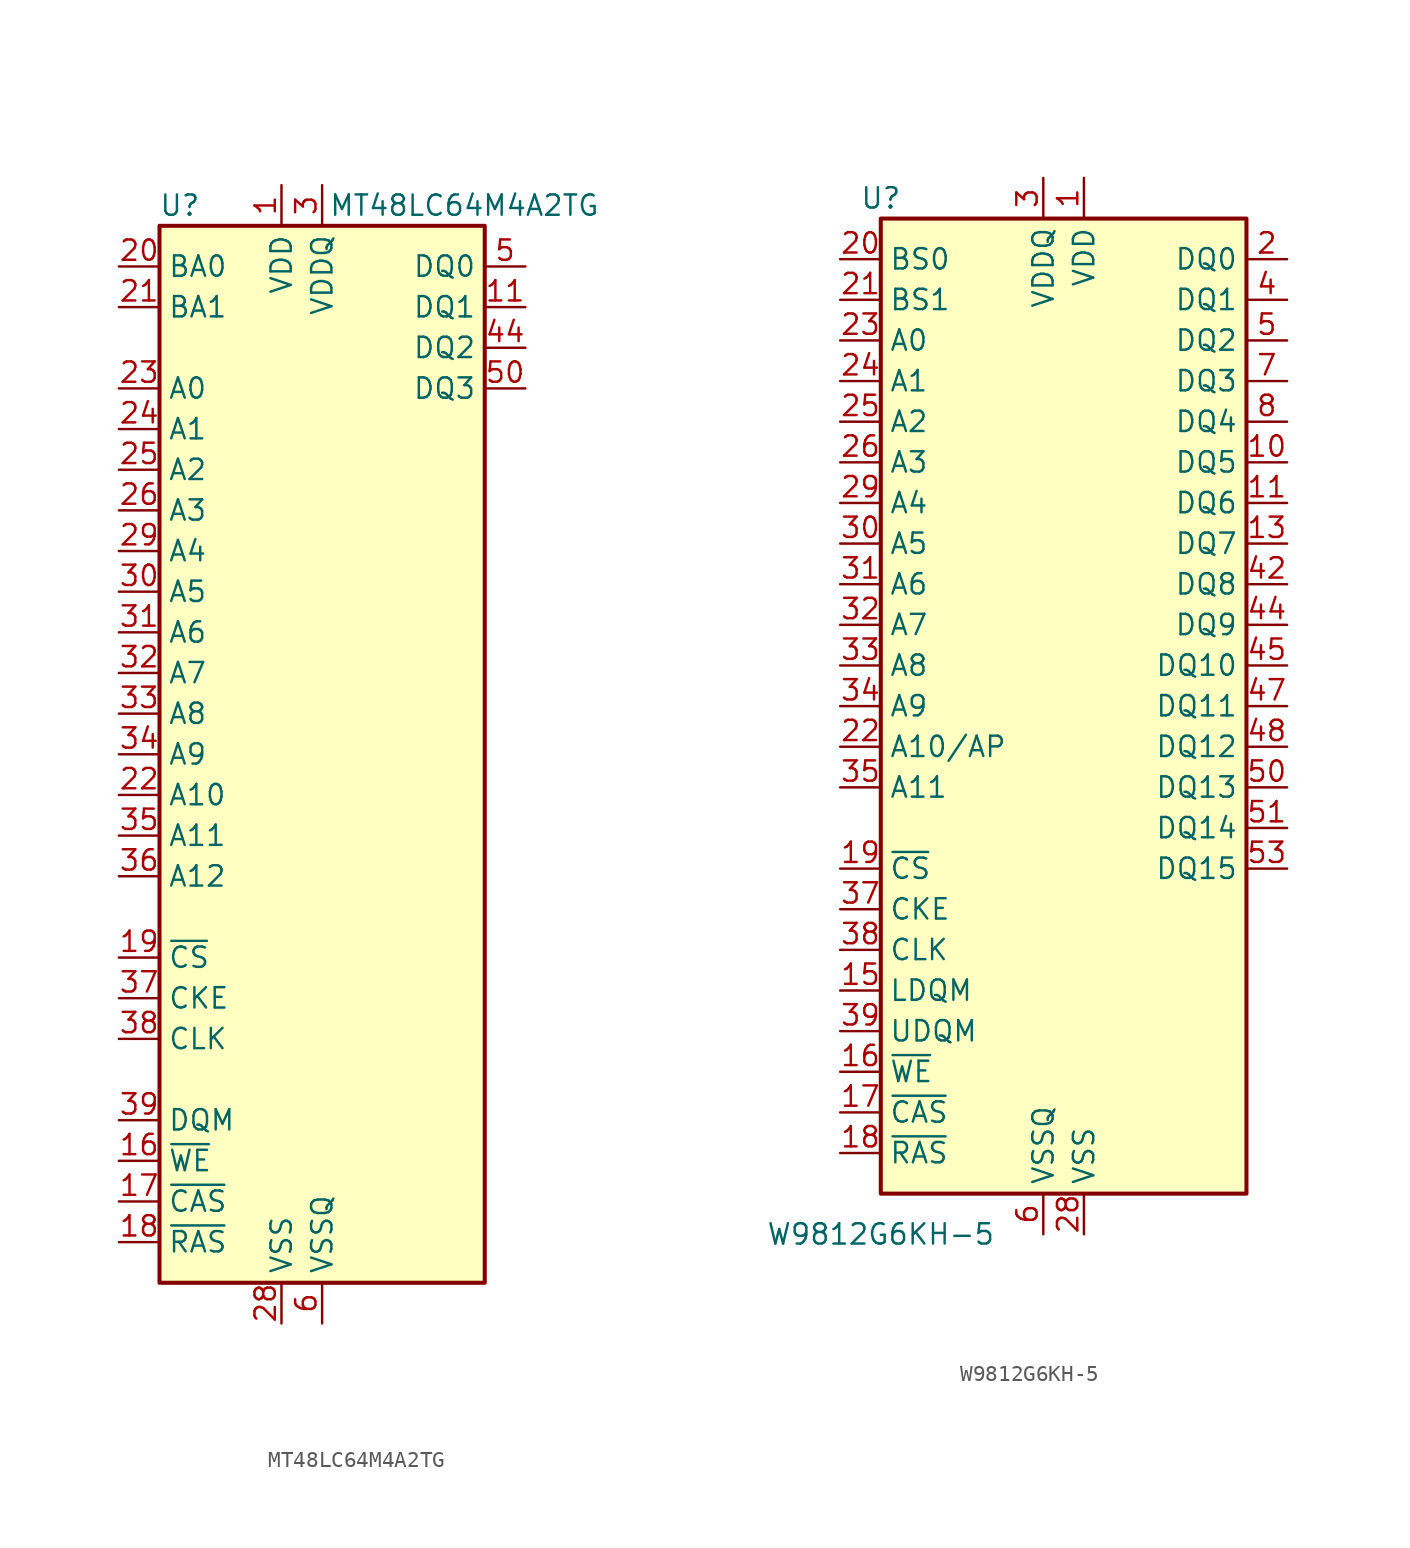
<source format=kicad_sym>
(kicad_symbol_lib
  (version 20241209)
  (generator "kicad_symbol_editor")
  (generator_version "9.0")
  (symbol "MT48LC64M4A2TG"
    (property "Reference" "U"
      (at -8.89 34.29 0)
      (effects (font (size 1.27 1.27))))
    (property "Value" "MT48LC64M4A2TG"
      (at 8.89 34.29 0)
      (effects (font (size 1.27 1.27))))
    (symbol "MT48LC64M4A2TG_0_1"
      (rectangle (start -10.16 33.02) (end 10.16 -33.02) (stroke (width 0.254) (type default)) (fill (type background))))
    (symbol "MT48LC64M4A2TG_1_1"
      (pin input line (at -12.7 30.48 0) (length 2.54) (name "BA0" (effects (font (size 1.27 1.27)))) (number "20" (effects (font (size 1.27 1.27)))))
      (pin input line (at -12.7 27.94 0) (length 2.54) (name "BA1" (effects (font (size 1.27 1.27)))) (number "21" (effects (font (size 1.27 1.27)))))
      (pin input line (at -12.7 22.86 0) (length 2.54) (name "A0" (effects (font (size 1.27 1.27)))) (number "23" (effects (font (size 1.27 1.27)))))
      (pin input line (at -12.7 20.32 0) (length 2.54) (name "A1" (effects (font (size 1.27 1.27)))) (number "24" (effects (font (size 1.27 1.27)))))
      (pin input line (at -12.7 17.78 0) (length 2.54) (name "A2" (effects (font (size 1.27 1.27)))) (number "25" (effects (font (size 1.27 1.27)))))
      (pin input line (at -12.7 15.24 0) (length 2.54) (name "A3" (effects (font (size 1.27 1.27)))) (number "26" (effects (font (size 1.27 1.27)))))
      (pin input line (at -12.7 12.7 0) (length 2.54) (name "A4" (effects (font (size 1.27 1.27)))) (number "29" (effects (font (size 1.27 1.27)))))
      (pin input line (at -12.7 10.16 0) (length 2.54) (name "A5" (effects (font (size 1.27 1.27)))) (number "30" (effects (font (size 1.27 1.27)))))
      (pin input line (at -12.7 7.62 0) (length 2.54) (name "A6" (effects (font (size 1.27 1.27)))) (number "31" (effects (font (size 1.27 1.27)))))
      (pin input line (at -12.7 5.08 0) (length 2.54) (name "A7" (effects (font (size 1.27 1.27)))) (number "32" (effects (font (size 1.27 1.27)))))
      (pin input line (at -12.7 2.54 0) (length 2.54) (name "A8" (effects (font (size 1.27 1.27)))) (number "33" (effects (font (size 1.27 1.27)))))
      (pin input line (at -12.7 0 0) (length 2.54) (name "A9" (effects (font (size 1.27 1.27)))) (number "34" (effects (font (size 1.27 1.27)))))
      (pin input line (at -12.7 -2.54 0) (length 2.54) (name "A10" (effects (font (size 1.27 1.27)))) (number "22" (effects (font (size 1.27 1.27)))))
      (pin input line (at -12.7 -5.08 0) (length 2.54) (name "A11" (effects (font (size 1.27 1.27)))) (number "35" (effects (font (size 1.27 1.27)))))
      (pin input line (at -12.7 -7.62 0) (length 2.54) (name "A12" (effects (font (size 1.27 1.27)))) (number "36" (effects (font (size 1.27 1.27)))))
      (pin input line (at -12.7 -12.7 0) (length 2.54) (name "~{CS}" (effects (font (size 1.27 1.27)))) (number "19" (effects (font (size 1.27 1.27)))))
      (pin input line (at -12.7 -15.24 0) (length 2.54) (name "CKE" (effects (font (size 1.27 1.27)))) (number "37" (effects (font (size 1.27 1.27)))))
      (pin input line (at -12.7 -17.78 0) (length 2.54) (name "CLK" (effects (font (size 1.27 1.27)))) (number "38" (effects (font (size 1.27 1.27)))))
      (pin input line (at -12.7 -22.86 0) (length 2.54) (name "DQM" (effects (font (size 1.27 1.27)))) (number "39" (effects (font (size 1.27 1.27)))))
      (pin input line (at -12.7 -25.4 0) (length 2.54) (name "~{WE}" (effects (font (size 1.27 1.27)))) (number "16" (effects (font (size 1.27 1.27)))))
      (pin input line (at -12.7 -27.94 0) (length 2.54) (name "~{CAS}" (effects (font (size 1.27 1.27)))) (number "17" (effects (font (size 1.27 1.27)))))
      (pin input line (at -12.7 -30.48 0) (length 2.54) (name "~{RAS}" (effects (font (size 1.27 1.27)))) (number "18" (effects (font (size 1.27 1.27)))))
      (pin no_connect line (at -10.16 -20.32 0) (length 2.54) (hide yes) (name "NC" (effects (font (size 1.27 1.27)))) (number "15" (effects (font (size 1.27 1.27)))))
      (pin power_in line (at -2.54 35.56 270) (length 2.54) (name "VDD" (effects (font (size 1.27 1.27)))) (number "1" (effects (font (size 1.27 1.27)))))
      (pin passive line (at -2.54 35.56 270) (length 2.54) (hide yes) (name "VDD" (effects (font (size 1.27 1.27)))) (number "14" (effects (font (size 1.27 1.27)))))
      (pin passive line (at -2.54 35.56 270) (length 2.54) (hide yes) (name "VDD" (effects (font (size 1.27 1.27)))) (number "27" (effects (font (size 1.27 1.27)))))
      (pin power_in line (at -2.54 -35.56 90) (length 2.54) (name "VSS" (effects (font (size 1.27 1.27)))) (number "28" (effects (font (size 1.27 1.27)))))
      (pin passive line (at -2.54 -35.56 90) (length 2.54) (hide yes) (name "VSS" (effects (font (size 1.27 1.27)))) (number "41" (effects (font (size 1.27 1.27)))))
      (pin passive line (at -2.54 -35.56 90) (length 2.54) (hide yes) (name "VSS" (effects (font (size 1.27 1.27)))) (number "54" (effects (font (size 1.27 1.27)))))
      (pin power_in line (at 0 35.56 270) (length 2.54) (name "VDDQ" (effects (font (size 1.27 1.27)))) (number "3" (effects (font (size 1.27 1.27)))))
      (pin passive line (at 0 35.56 270) (length 2.54) (hide yes) (name "VDDQ" (effects (font (size 1.27 1.27)))) (number "43" (effects (font (size 1.27 1.27)))))
      (pin passive line (at 0 35.56 270) (length 2.54) (hide yes) (name "VDDQ" (effects (font (size 1.27 1.27)))) (number "49" (effects (font (size 1.27 1.27)))))
      (pin passive line (at 0 35.56 270) (length 2.54) (hide yes) (name "VDDQ" (effects (font (size 1.27 1.27)))) (number "9" (effects (font (size 1.27 1.27)))))
      (pin passive line (at 0 -35.56 90) (length 2.54) (hide yes) (name "VSSQ" (effects (font (size 1.27 1.27)))) (number "12" (effects (font (size 1.27 1.27)))))
      (pin passive line (at 0 -35.56 90) (length 2.54) (hide yes) (name "VSSQ" (effects (font (size 1.27 1.27)))) (number "46" (effects (font (size 1.27 1.27)))))
      (pin passive line (at 0 -35.56 90) (length 2.54) (hide yes) (name "VSSQ" (effects (font (size 1.27 1.27)))) (number "52" (effects (font (size 1.27 1.27)))))
      (pin power_in line (at 0 -35.56 90) (length 2.54) (name "VSSQ" (effects (font (size 1.27 1.27)))) (number "6" (effects (font (size 1.27 1.27)))))
      (pin no_connect line (at 10.16 20.32 180) (length 2.54) (hide yes) (name "NC" (effects (font (size 1.27 1.27)))) (number "53" (effects (font (size 1.27 1.27)))))
      (pin no_connect line (at 10.16 17.78 180) (length 2.54) (hide yes) (name "NC" (effects (font (size 1.27 1.27)))) (number "47" (effects (font (size 1.27 1.27)))))
      (pin no_connect line (at 10.16 15.24 180) (length 2.54) (hide yes) (name "NC" (effects (font (size 1.27 1.27)))) (number "8" (effects (font (size 1.27 1.27)))))
      (pin no_connect line (at 10.16 12.7 180) (length 2.54) (hide yes) (name "NC" (effects (font (size 1.27 1.27)))) (number "2" (effects (font (size 1.27 1.27)))))
      (pin no_connect line (at 10.16 10.16 180) (length 2.54) (hide yes) (name "NC" (effects (font (size 1.27 1.27)))) (number "42" (effects (font (size 1.27 1.27)))))
      (pin no_connect line (at 10.16 7.62 180) (length 2.54) (hide yes) (name "NC" (effects (font (size 1.27 1.27)))) (number "13" (effects (font (size 1.27 1.27)))))
      (pin no_connect line (at 10.16 5.08 180) (length 2.54) (hide yes) (name "NC" (effects (font (size 1.27 1.27)))) (number "45" (effects (font (size 1.27 1.27)))))
      (pin no_connect line (at 10.16 2.54 180) (length 2.54) (hide yes) (name "NC" (effects (font (size 1.27 1.27)))) (number "10" (effects (font (size 1.27 1.27)))))
      (pin no_connect line (at 10.16 0 180) (length 2.54) (hide yes) (name "NC" (effects (font (size 1.27 1.27)))) (number "48" (effects (font (size 1.27 1.27)))))
      (pin no_connect line (at 10.16 -2.54 180) (length 2.54) (hide yes) (name "NC" (effects (font (size 1.27 1.27)))) (number "7" (effects (font (size 1.27 1.27)))))
      (pin no_connect line (at 10.16 -5.08 180) (length 2.54) (hide yes) (name "NC" (effects (font (size 1.27 1.27)))) (number "51" (effects (font (size 1.27 1.27)))))
      (pin no_connect line (at 10.16 -7.62 180) (length 2.54) (hide yes) (name "NC" (effects (font (size 1.27 1.27)))) (number "4" (effects (font (size 1.27 1.27)))))
      (pin no_connect line (at 10.16 -20.32 180) (length 2.54) (hide yes) (name "NC" (effects (font (size 1.27 1.27)))) (number "40" (effects (font (size 1.27 1.27)))))
      (pin bidirectional line (at 12.7 30.48 180) (length 2.54) (name "DQ0" (effects (font (size 1.27 1.27)))) (number "5" (effects (font (size 1.27 1.27)))))
      (pin bidirectional line (at 12.7 27.94 180) (length 2.54) (name "DQ1" (effects (font (size 1.27 1.27)))) (number "11" (effects (font (size 1.27 1.27)))))
      (pin bidirectional line (at 12.7 25.4 180) (length 2.54) (name "DQ2" (effects (font (size 1.27 1.27)))) (number "44" (effects (font (size 1.27 1.27)))))
      (pin bidirectional line (at 12.7 22.86 180) (length 2.54) (name "DQ3" (effects (font (size 1.27 1.27)))) (number "50" (effects (font (size 1.27 1.27)))))))
  (symbol "W9812G6KH-5"
    (property "Reference" "U"
      (at -10.16 31.75 0)
      (effects (font (size 1.27 1.27))))
    (property "Value" "W9812G6KH-5"
      (at -10.16 -33.02 0)
      (effects (font (size 1.27 1.27))))
    (symbol "W9812G6KH-5_1_1"
      (rectangle (start -10.16 30.48) (end 12.7 -30.48) (stroke (width 0.254) (type default)) (fill (type background)))
      (pin input line (at -12.7 27.94 0) (length 2.54) (name "BS0" (effects (font (size 1.27 1.27)))) (number "20" (effects (font (size 1.27 1.27)))))
      (pin input line (at -12.7 25.4 0) (length 2.54) (name "BS1" (effects (font (size 1.27 1.27)))) (number "21" (effects (font (size 1.27 1.27)))))
      (pin input line (at -12.7 22.86 0) (length 2.54) (name "A0" (effects (font (size 1.27 1.27)))) (number "23" (effects (font (size 1.27 1.27)))))
      (pin input line (at -12.7 20.32 0) (length 2.54) (name "A1" (effects (font (size 1.27 1.27)))) (number "24" (effects (font (size 1.27 1.27)))))
      (pin input line (at -12.7 17.78 0) (length 2.54) (name "A2" (effects (font (size 1.27 1.27)))) (number "25" (effects (font (size 1.27 1.27)))))
      (pin input line (at -12.7 15.24 0) (length 2.54) (name "A3" (effects (font (size 1.27 1.27)))) (number "26" (effects (font (size 1.27 1.27)))))
      (pin input line (at -12.7 12.7 0) (length 2.54) (name "A4" (effects (font (size 1.27 1.27)))) (number "29" (effects (font (size 1.27 1.27)))))
      (pin input line (at -12.7 10.16 0) (length 2.54) (name "A5" (effects (font (size 1.27 1.27)))) (number "30" (effects (font (size 1.27 1.27)))))
      (pin input line (at -12.7 7.62 0) (length 2.54) (name "A6" (effects (font (size 1.27 1.27)))) (number "31" (effects (font (size 1.27 1.27)))))
      (pin input line (at -12.7 5.08 0) (length 2.54) (name "A7" (effects (font (size 1.27 1.27)))) (number "32" (effects (font (size 1.27 1.27)))))
      (pin input line (at -12.7 2.54 0) (length 2.54) (name "A8" (effects (font (size 1.27 1.27)))) (number "33" (effects (font (size 1.27 1.27)))))
      (pin input line (at -12.7 0 0) (length 2.54) (name "A9" (effects (font (size 1.27 1.27)))) (number "34" (effects (font (size 1.27 1.27)))))
      (pin input line (at -12.7 -2.54 0) (length 2.54) (name "A10/AP" (effects (font (size 1.27 1.27)))) (number "22" (effects (font (size 1.27 1.27)))))
      (pin input line (at -12.7 -5.08 0) (length 2.54) (name "A11" (effects (font (size 1.27 1.27)))) (number "35" (effects (font (size 1.27 1.27)))))
      (pin input line (at -12.7 -10.16 0) (length 2.54) (name "~{CS}" (effects (font (size 1.27 1.27)))) (number "19" (effects (font (size 1.27 1.27)))))
      (pin input line (at -12.7 -12.7 0) (length 2.54) (name "CKE" (effects (font (size 1.27 1.27)))) (number "37" (effects (font (size 1.27 1.27)))))
      (pin input line (at -12.7 -15.24 0) (length 2.54) (name "CLK" (effects (font (size 1.27 1.27)))) (number "38" (effects (font (size 1.27 1.27)))))
      (pin input line (at -12.7 -17.78 0) (length 2.54) (name "LDQM" (effects (font (size 1.27 1.27)))) (number "15" (effects (font (size 1.27 1.27)))))
      (pin input line (at -12.7 -20.32 0) (length 2.54) (name "UDQM" (effects (font (size 1.27 1.27)))) (number "39" (effects (font (size 1.27 1.27)))))
      (pin input line (at -12.7 -22.86 0) (length 2.54) (name "~{WE}" (effects (font (size 1.27 1.27)))) (number "16" (effects (font (size 1.27 1.27)))))
      (pin input line (at -12.7 -25.4 0) (length 2.54) (name "~{CAS}" (effects (font (size 1.27 1.27)))) (number "17" (effects (font (size 1.27 1.27)))))
      (pin input line (at -12.7 -27.94 0) (length 2.54) (name "~{RAS}" (effects (font (size 1.27 1.27)))) (number "18" (effects (font (size 1.27 1.27)))))
      (pin power_in line (at 0 33.02 270) (length 2.54) (name "VDDQ" (effects (font (size 1.27 1.27)))) (number "3" (effects (font (size 1.27 1.27)))))
      (pin passive line (at 0 33.02 270) (length 2.54) (hide yes) (name "VDDQ" (effects (font (size 1.27 1.27)))) (number "43" (effects (font (size 1.27 1.27)))))
      (pin passive line (at 0 33.02 270) (length 2.54) (hide yes) (name "VDDQ" (effects (font (size 1.27 1.27)))) (number "49" (effects (font (size 1.27 1.27)))))
      (pin passive line (at 0 33.02 270) (length 2.54) (hide yes) (name "VDDQ" (effects (font (size 1.27 1.27)))) (number "9" (effects (font (size 1.27 1.27)))))
      (pin passive line (at 0 -33.02 90) (length 2.54) (hide yes) (name "VSSQ" (effects (font (size 1.27 1.27)))) (number "12" (effects (font (size 1.27 1.27)))))
      (pin passive line (at 0 -33.02 90) (length 2.54) (hide yes) (name "VSSQ" (effects (font (size 1.27 1.27)))) (number "46" (effects (font (size 1.27 1.27)))))
      (pin passive line (at 0 -33.02 90) (length 2.54) (hide yes) (name "VSSQ" (effects (font (size 1.27 1.27)))) (number "52" (effects (font (size 1.27 1.27)))))
      (pin power_in line (at 0 -33.02 90) (length 2.54) (name "VSSQ" (effects (font (size 1.27 1.27)))) (number "6" (effects (font (size 1.27 1.27)))))
      (pin power_in line (at 2.54 33.02 270) (length 2.54) (name "VDD" (effects (font (size 1.27 1.27)))) (number "1" (effects (font (size 1.27 1.27)))))
      (pin passive line (at 2.54 33.02 270) (length 2.54) (hide yes) (name "VDD" (effects (font (size 1.27 1.27)))) (number "14" (effects (font (size 1.27 1.27)))))
      (pin passive line (at 2.54 33.02 270) (length 2.54) (hide yes) (name "VDD" (effects (font (size 1.27 1.27)))) (number "27" (effects (font (size 1.27 1.27)))))
      (pin power_in line (at 2.54 -33.02 90) (length 2.54) (name "VSS" (effects (font (size 1.27 1.27)))) (number "28" (effects (font (size 1.27 1.27)))))
      (pin passive line (at 2.54 -33.02 90) (length 2.54) (hide yes) (name "VSS" (effects (font (size 1.27 1.27)))) (number "41" (effects (font (size 1.27 1.27)))))
      (pin passive line (at 2.54 -33.02 90) (length 2.54) (hide yes) (name "VSS" (effects (font (size 1.27 1.27)))) (number "54" (effects (font (size 1.27 1.27)))))
      (pin no_connect line (at 12.7 -15.24 180) (length 2.54) (hide yes) (name "NC" (effects (font (size 1.27 1.27)))) (number "36" (effects (font (size 1.27 1.27)))))
      (pin no_connect line (at 12.7 -17.78 180) (length 2.54) (hide yes) (name "NC" (effects (font (size 1.27 1.27)))) (number "40" (effects (font (size 1.27 1.27)))))
      (pin bidirectional line (at 15.24 27.94 180) (length 2.54) (name "DQ0" (effects (font (size 1.27 1.27)))) (number "2" (effects (font (size 1.27 1.27)))))
      (pin bidirectional line (at 15.24 25.4 180) (length 2.54) (name "DQ1" (effects (font (size 1.27 1.27)))) (number "4" (effects (font (size 1.27 1.27)))))
      (pin bidirectional line (at 15.24 22.86 180) (length 2.54) (name "DQ2" (effects (font (size 1.27 1.27)))) (number "5" (effects (font (size 1.27 1.27)))))
      (pin bidirectional line (at 15.24 20.32 180) (length 2.54) (name "DQ3" (effects (font (size 1.27 1.27)))) (number "7" (effects (font (size 1.27 1.27)))))
      (pin bidirectional line (at 15.24 17.78 180) (length 2.54) (name "DQ4" (effects (font (size 1.27 1.27)))) (number "8" (effects (font (size 1.27 1.27)))))
      (pin bidirectional line (at 15.24 15.24 180) (length 2.54) (name "DQ5" (effects (font (size 1.27 1.27)))) (number "10" (effects (font (size 1.27 1.27)))))
      (pin bidirectional line (at 15.24 12.7 180) (length 2.54) (name "DQ6" (effects (font (size 1.27 1.27)))) (number "11" (effects (font (size 1.27 1.27)))))
      (pin bidirectional line (at 15.24 10.16 180) (length 2.54) (name "DQ7" (effects (font (size 1.27 1.27)))) (number "13" (effects (font (size 1.27 1.27)))))
      (pin bidirectional line (at 15.24 7.62 180) (length 2.54) (name "DQ8" (effects (font (size 1.27 1.27)))) (number "42" (effects (font (size 1.27 1.27)))))
      (pin bidirectional line (at 15.24 5.08 180) (length 2.54) (name "DQ9" (effects (font (size 1.27 1.27)))) (number "44" (effects (font (size 1.27 1.27)))))
      (pin bidirectional line (at 15.24 2.54 180) (length 2.54) (name "DQ10" (effects (font (size 1.27 1.27)))) (number "45" (effects (font (size 1.27 1.27)))))
      (pin bidirectional line (at 15.24 0 180) (length 2.54) (name "DQ11" (effects (font (size 1.27 1.27)))) (number "47" (effects (font (size 1.27 1.27)))))
      (pin bidirectional line (at 15.24 -2.54 180) (length 2.54) (name "DQ12" (effects (font (size 1.27 1.27)))) (number "48" (effects (font (size 1.27 1.27)))))
      (pin bidirectional line (at 15.24 -5.08 180) (length 2.54) (name "DQ13" (effects (font (size 1.27 1.27)))) (number "50" (effects (font (size 1.27 1.27)))))
      (pin bidirectional line (at 15.24 -7.62 180) (length 2.54) (name "DQ14" (effects (font (size 1.27 1.27)))) (number "51" (effects (font (size 1.27 1.27)))))
      (pin bidirectional line (at 15.24 -10.16 180) (length 2.54) (name "DQ15" (effects (font (size 1.27 1.27)))) (number "53" (effects (font (size 1.27 1.27))))))))
</source>
